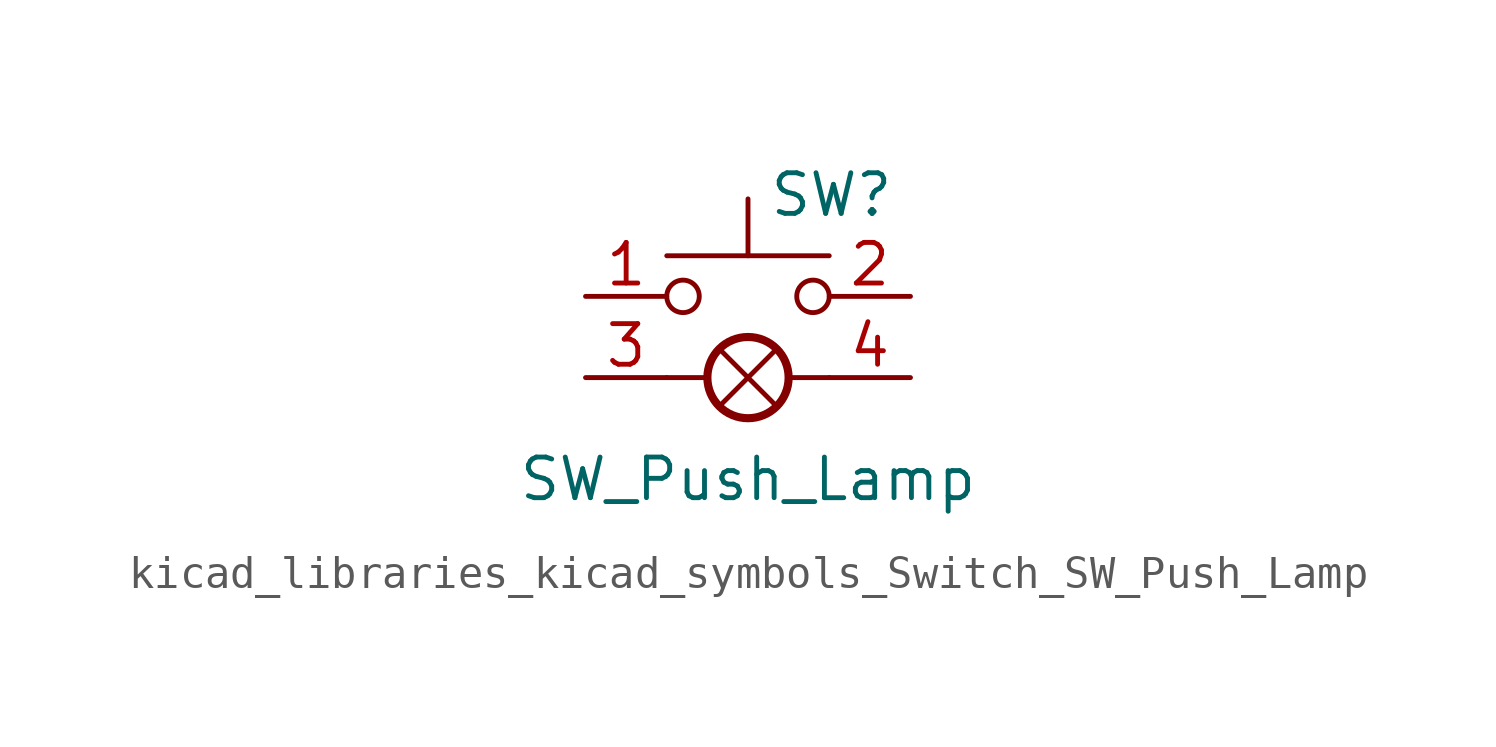
<source format=kicad_sym>
(kicad_symbol_lib
  (version 20220914)
  (generator kicad_symbol_editor)
  (symbol "kicad_libraries_kicad_symbols_Switch_SW_Push_Lamp"
    (pin_names
      (offset 1.016) hide)
    (property "Reference" "SW"
      (at 0.635 5.715 0)
      (effects (font (size 1.27 1.27)) (justify left)))
    (property "Value" "SW_Push_Lamp"
      (at 0 -3.175 0)
      (effects (font (size 1.27 1.27))))
    (symbol "kicad_libraries_kicad_symbols_Switch_SW_Push_Lamp_0_1"
      (circle (center -2.032 2.54) (radius 0.508) (stroke (width 0) (type default)) (fill (type none)))
      (polyline (pts (xy -2.54 0) (xy -1.27 0)) (stroke (width 0) (type default)) (fill (type none)))
      (polyline (pts (xy -0.889 -0.889) (xy 0.889 0.889)) (stroke (width 0) (type default)) (fill (type none)))
      (polyline (pts (xy 0 3.81) (xy 0 5.588)) (stroke (width 0) (type default)) (fill (type none)))
      (polyline (pts (xy 0.889 -0.889) (xy -0.889 0.889)) (stroke (width 0) (type default)) (fill (type none)))
      (polyline (pts (xy 2.54 0) (xy 1.27 0)) (stroke (width 0) (type default)) (fill (type none)))
      (polyline (pts (xy 2.54 3.81) (xy -2.54 3.81)) (stroke (width 0) (type default)) (fill (type none)))
      (circle (center 0 0) (radius 1.27) (stroke (width 0.254) (type default)) (fill (type none)))
      (circle (center 2.032 2.54) (radius 0.508) (stroke (width 0) (type default)) (fill (type none)))
      (pin passive line (at -5.08 2.54 0) (length 2.54) (name "1" (effects (font (size 1.27 1.27)))) (number "1" (effects (font (size 1.27 1.27)))))
      (pin passive line (at 5.08 2.54 180) (length 2.54) (name "2" (effects (font (size 1.27 1.27)))) (number "2" (effects (font (size 1.27 1.27)))))
      (pin passive line (at -5.08 0 0) (length 2.54) (name "L" (effects (font (size 1.27 1.27)))) (number "3" (effects (font (size 1.27 1.27)))))
      (pin passive line (at 5.08 0 180) (length 2.54) (name "L" (effects (font (size 1.27 1.27)))) (number "4" (effects (font (size 1.27 1.27))))))))
</source>
